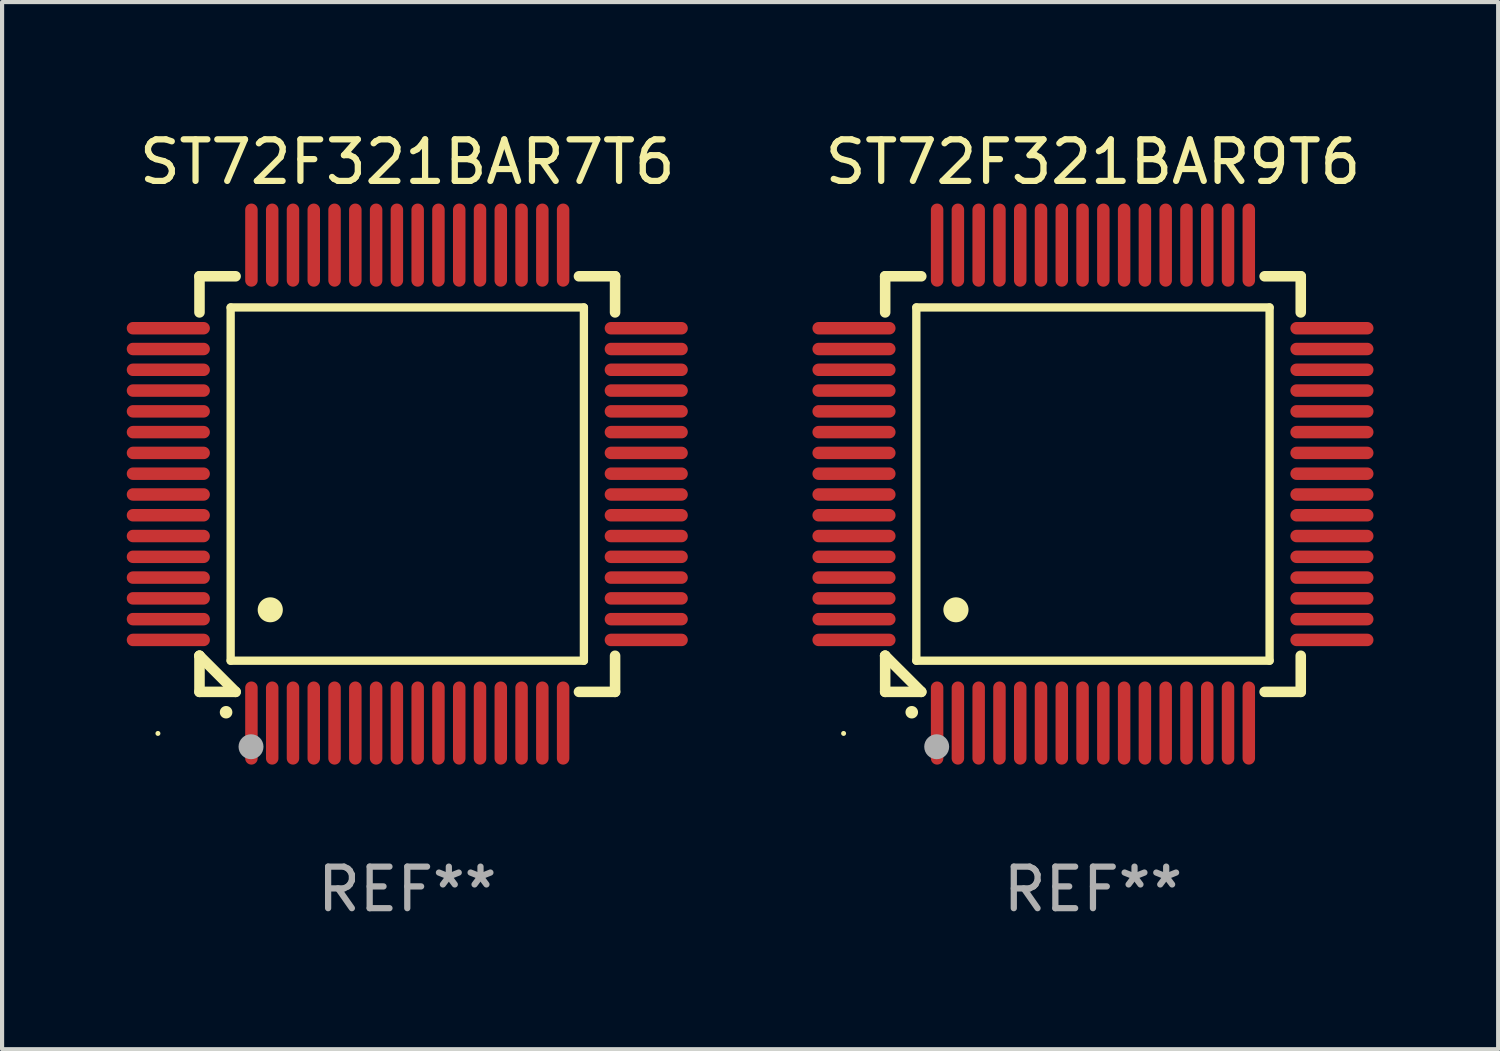
<source format=kicad_pcb>
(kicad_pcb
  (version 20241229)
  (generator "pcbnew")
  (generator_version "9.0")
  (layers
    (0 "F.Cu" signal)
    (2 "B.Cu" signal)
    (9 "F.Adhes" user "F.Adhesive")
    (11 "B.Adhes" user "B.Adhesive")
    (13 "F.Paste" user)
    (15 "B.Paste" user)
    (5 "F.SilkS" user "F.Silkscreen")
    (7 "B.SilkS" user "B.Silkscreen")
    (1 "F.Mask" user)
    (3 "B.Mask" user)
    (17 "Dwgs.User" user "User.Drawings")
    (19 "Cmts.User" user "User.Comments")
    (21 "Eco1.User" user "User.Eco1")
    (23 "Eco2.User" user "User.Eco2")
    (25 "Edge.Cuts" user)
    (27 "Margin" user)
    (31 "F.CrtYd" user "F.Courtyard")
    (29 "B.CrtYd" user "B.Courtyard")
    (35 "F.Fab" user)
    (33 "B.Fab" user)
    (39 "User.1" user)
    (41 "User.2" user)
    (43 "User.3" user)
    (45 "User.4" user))
  (footprint "ST72F321BAR9T6"
    (layer "F.Cu")
    (at 23.249 8.598)
    (property "Reference" "ST72F321BAR9T6" (at 0 -7.75 0) (layer "F.SilkS") (effects (font (size 1 1) (thickness 0.15))))
    (attr through_hole)
    (fp_line (start -5 -5) (end -4.131 -5) (stroke (width 0.254) (type solid)) (layer "F.SilkS"))
    (fp_line (start -5 -4.131) (end -5 -5) (stroke (width 0.254) (type solid)) (layer "F.SilkS"))
    (fp_line (start -5 4.131) (end -5 4.131) (stroke (width 0.254) (type solid)) (layer "F.SilkS"))
    (fp_line (start -5 5) (end -5 4.131) (stroke (width 0.254) (type solid)) (layer "F.SilkS"))
    (fp_line (start -5 4.131) (end -4.131 5) (stroke (width 0.254) (type solid)) (layer "F.SilkS"))
    (fp_line (start -4.25 -4.25) (end -4.25 4.25) (stroke (width 0.2) (type solid)) (layer "F.SilkS"))
    (fp_line (start -4.25 4.25) (end 4.25 4.25) (stroke (width 0.2) (type solid)) (layer "F.SilkS"))
    (fp_line (start -4.131 5) (end -5 5) (stroke (width 0.254) (type solid)) (layer "F.SilkS"))
    (fp_line (start 4.25 -4.25) (end -4.25 -4.25) (stroke (width 0.2) (type solid)) (layer "F.SilkS"))
    (fp_line (start 4.25 4.25) (end 4.25 -4.25) (stroke (width 0.2) (type solid)) (layer "F.SilkS"))
    (fp_line (start 5 -5) (end 4.131 -5) (stroke (width 0.254) (type solid)) (layer "F.SilkS"))
    (fp_line (start 5 -5) (end 5 -4.131) (stroke (width 0.254) (type solid)) (layer "F.SilkS"))
    (fp_line (start 5 4.131) (end 5 5) (stroke (width 0.254) (type solid)) (layer "F.SilkS"))
    (fp_line (start 5 5) (end 4.131 5) (stroke (width 0.254) (type solid)) (layer "F.SilkS"))
    (fp_arc (start -4.361265 5.489992) (mid -4.359995 5.489987) (end -4.358725 5.489992) (stroke (width 0.3) (type solid)) (layer "F.SilkS"))
    (fp_arc (start -3.299467 3.025146) (mid -3.296927 3.025135) (end -3.294387 3.025146) (stroke (width 0.6) (type solid)) (layer "F.SilkS"))
    (fp_circle (center -6 6) (end -5.97 6) (stroke (width 0.06) (type solid)) (fill no) (layer "F.SilkS"))
    (fp_circle (center -3.76 6.32) (end -3.61 6.32) (stroke (width 0.3) (type solid)) (fill no) (layer "F.Fab"))
    (fp_text user "REF**" (at 0 9.75 0) (layer "F.Fab") (effects (font (size 1 1) (thickness 0.15))))
    (pad "1" smd oval (at -3.75 5.75) (size 0.3 2) (layers "F.Cu" "F.Mask" "F.Paste"))
    (pad "2" smd oval (at -3.25 5.75) (size 0.3 2) (layers "F.Cu" "F.Mask" "F.Paste"))
    (pad "3" smd oval (at -2.75 5.75) (size 0.3 2) (layers "F.Cu" "F.Mask" "F.Paste"))
    (pad "4" smd oval (at -2.25 5.75) (size 0.3 2) (layers "F.Cu" "F.Mask" "F.Paste"))
    (pad "5" smd oval (at -1.75 5.75) (size 0.3 2) (layers "F.Cu" "F.Mask" "F.Paste"))
    (pad "6" smd oval (at -1.25 5.75) (size 0.3 2) (layers "F.Cu" "F.Mask" "F.Paste"))
    (pad "7" smd oval (at -0.75 5.75) (size 0.3 2) (layers "F.Cu" "F.Mask" "F.Paste"))
    (pad "8" smd oval (at -0.25 5.75) (size 0.3 2) (layers "F.Cu" "F.Mask" "F.Paste"))
    (pad "9" smd oval (at 0.25 5.75) (size 0.3 2) (layers "F.Cu" "F.Mask" "F.Paste"))
    (pad "10" smd oval (at 0.75 5.75) (size 0.3 2) (layers "F.Cu" "F.Mask" "F.Paste"))
    (pad "11" smd oval (at 1.25 5.75) (size 0.3 2) (layers "F.Cu" "F.Mask" "F.Paste"))
    (pad "12" smd oval (at 1.75 5.75) (size 0.3 2) (layers "F.Cu" "F.Mask" "F.Paste"))
    (pad "13" smd oval (at 2.25 5.75) (size 0.3 2) (layers "F.Cu" "F.Mask" "F.Paste"))
    (pad "14" smd oval (at 2.75 5.75) (size 0.3 2) (layers "F.Cu" "F.Mask" "F.Paste"))
    (pad "15" smd oval (at 3.25 5.75) (size 0.3 2) (layers "F.Cu" "F.Mask" "F.Paste"))
    (pad "16" smd oval (at 3.75 5.75) (size 0.3 2) (layers "F.Cu" "F.Mask" "F.Paste"))
    (pad "17" smd oval (at 5.75 3.75) (size 2 0.3) (layers "F.Cu" "F.Mask" "F.Paste"))
    (pad "18" smd oval (at 5.75 3.25) (size 2 0.3) (layers "F.Cu" "F.Mask" "F.Paste"))
    (pad "19" smd oval (at 5.75 2.75) (size 2 0.3) (layers "F.Cu" "F.Mask" "F.Paste"))
    (pad "20" smd oval (at 5.75 2.25) (size 2 0.3) (layers "F.Cu" "F.Mask" "F.Paste"))
    (pad "21" smd oval (at 5.75 1.75) (size 2 0.3) (layers "F.Cu" "F.Mask" "F.Paste"))
    (pad "22" smd oval (at 5.75 1.25) (size 2 0.3) (layers "F.Cu" "F.Mask" "F.Paste"))
    (pad "23" smd oval (at 5.75 0.75) (size 2 0.3) (layers "F.Cu" "F.Mask" "F.Paste"))
    (pad "24" smd oval (at 5.75 0.25) (size 2 0.3) (layers "F.Cu" "F.Mask" "F.Paste"))
    (pad "25" smd oval (at 5.75 -0.25) (size 2 0.3) (layers "F.Cu" "F.Mask" "F.Paste"))
    (pad "26" smd oval (at 5.75 -0.75) (size 2 0.3) (layers "F.Cu" "F.Mask" "F.Paste"))
    (pad "27" smd oval (at 5.75 -1.25) (size 2 0.3) (layers "F.Cu" "F.Mask" "F.Paste"))
    (pad "28" smd oval (at 5.75 -1.75) (size 2 0.3) (layers "F.Cu" "F.Mask" "F.Paste"))
    (pad "29" smd oval (at 5.75 -2.25) (size 2 0.3) (layers "F.Cu" "F.Mask" "F.Paste"))
    (pad "30" smd oval (at 5.75 -2.75) (size 2 0.3) (layers "F.Cu" "F.Mask" "F.Paste"))
    (pad "31" smd oval (at 5.75 -3.25) (size 2 0.3) (layers "F.Cu" "F.Mask" "F.Paste"))
    (pad "32" smd oval (at 5.75 -3.75) (size 2 0.3) (layers "F.Cu" "F.Mask" "F.Paste"))
    (pad "33" smd oval (at 3.75 -5.75) (size 0.3 2) (layers "F.Cu" "F.Mask" "F.Paste"))
    (pad "34" smd oval (at 3.25 -5.75) (size 0.3 2) (layers "F.Cu" "F.Mask" "F.Paste"))
    (pad "35" smd oval (at 2.75 -5.75) (size 0.3 2) (layers "F.Cu" "F.Mask" "F.Paste"))
    (pad "36" smd oval (at 2.25 -5.75) (size 0.3 2) (layers "F.Cu" "F.Mask" "F.Paste"))
    (pad "37" smd oval (at 1.75 -5.75) (size 0.3 2) (layers "F.Cu" "F.Mask" "F.Paste"))
    (pad "38" smd oval (at 1.25 -5.75) (size 0.3 2) (layers "F.Cu" "F.Mask" "F.Paste"))
    (pad "39" smd oval (at 0.75 -5.75) (size 0.3 2) (layers "F.Cu" "F.Mask" "F.Paste"))
    (pad "40" smd oval (at 0.25 -5.75) (size 0.3 2) (layers "F.Cu" "F.Mask" "F.Paste"))
    (pad "41" smd oval (at -0.25 -5.75) (size 0.3 2) (layers "F.Cu" "F.Mask" "F.Paste"))
    (pad "42" smd oval (at -0.75 -5.75) (size 0.3 2) (layers "F.Cu" "F.Mask" "F.Paste"))
    (pad "43" smd oval (at -1.25 -5.75) (size 0.3 2) (layers "F.Cu" "F.Mask" "F.Paste"))
    (pad "44" smd oval (at -1.75 -5.75) (size 0.3 2) (layers "F.Cu" "F.Mask" "F.Paste"))
    (pad "45" smd oval (at -2.25 -5.75) (size 0.3 2) (layers "F.Cu" "F.Mask" "F.Paste"))
    (pad "46" smd oval (at -2.75 -5.75) (size 0.3 2) (layers "F.Cu" "F.Mask" "F.Paste"))
    (pad "47" smd oval (at -3.25 -5.75) (size 0.3 2) (layers "F.Cu" "F.Mask" "F.Paste"))
    (pad "48" smd oval (at -3.75 -5.75) (size 0.3 2) (layers "F.Cu" "F.Mask" "F.Paste"))
    (pad "49" smd oval (at -5.75 -3.75) (size 2 0.3) (layers "F.Cu" "F.Mask" "F.Paste"))
    (pad "50" smd oval (at -5.75 -3.25) (size 2 0.3) (layers "F.Cu" "F.Mask" "F.Paste"))
    (pad "51" smd oval (at -5.75 -2.75) (size 2 0.3) (layers "F.Cu" "F.Mask" "F.Paste"))
    (pad "52" smd oval (at -5.75 -2.25) (size 2 0.3) (layers "F.Cu" "F.Mask" "F.Paste"))
    (pad "53" smd oval (at -5.75 -1.75) (size 2 0.3) (layers "F.Cu" "F.Mask" "F.Paste"))
    (pad "54" smd oval (at -5.75 -1.25) (size 2 0.3) (layers "F.Cu" "F.Mask" "F.Paste"))
    (pad "55" smd oval (at -5.75 -0.75) (size 2 0.3) (layers "F.Cu" "F.Mask" "F.Paste"))
    (pad "56" smd oval (at -5.75 -0.25) (size 2 0.3) (layers "F.Cu" "F.Mask" "F.Paste"))
    (pad "57" smd oval (at -5.75 0.25) (size 2 0.3) (layers "F.Cu" "F.Mask" "F.Paste"))
    (pad "58" smd oval (at -5.75 0.75) (size 2 0.3) (layers "F.Cu" "F.Mask" "F.Paste"))
    (pad "59" smd oval (at -5.75 1.25) (size 2 0.3) (layers "F.Cu" "F.Mask" "F.Paste"))
    (pad "60" smd oval (at -5.75 1.75) (size 2 0.3) (layers "F.Cu" "F.Mask" "F.Paste"))
    (pad "61" smd oval (at -5.75 2.25) (size 2 0.3) (layers "F.Cu" "F.Mask" "F.Paste"))
    (pad "62" smd oval (at -5.75 2.75) (size 2 0.3) (layers "F.Cu" "F.Mask" "F.Paste"))
    (pad "63" smd oval (at -5.75 3.25) (size 2 0.3) (layers "F.Cu" "F.Mask" "F.Paste"))
    (pad "64" smd oval (at -5.75 3.75) (size 2 0.3) (layers "F.Cu" "F.Mask" "F.Paste")))
  (footprint "ST72F321BAR7T6"
    (layer "F.Cu")
    (at 6.75 8.598)
    (property "Reference" "ST72F321BAR7T6" (at 0 -7.75 0) (layer "F.SilkS") (effects (font (size 1 1) (thickness 0.15))))
    (attr through_hole)
    (fp_line (start -5 -5) (end -4.131 -5) (stroke (width 0.254) (type solid)) (layer "F.SilkS"))
    (fp_line (start -5 -4.131) (end -5 -5) (stroke (width 0.254) (type solid)) (layer "F.SilkS"))
    (fp_line (start -5 4.131) (end -5 4.131) (stroke (width 0.254) (type solid)) (layer "F.SilkS"))
    (fp_line (start -5 5) (end -5 4.131) (stroke (width 0.254) (type solid)) (layer "F.SilkS"))
    (fp_line (start -5 4.131) (end -4.131 5) (stroke (width 0.254) (type solid)) (layer "F.SilkS"))
    (fp_line (start -4.25 -4.25) (end -4.25 4.25) (stroke (width 0.2) (type solid)) (layer "F.SilkS"))
    (fp_line (start -4.25 4.25) (end 4.25 4.25) (stroke (width 0.2) (type solid)) (layer "F.SilkS"))
    (fp_line (start -4.131 5) (end -5 5) (stroke (width 0.254) (type solid)) (layer "F.SilkS"))
    (fp_line (start 4.25 -4.25) (end -4.25 -4.25) (stroke (width 0.2) (type solid)) (layer "F.SilkS"))
    (fp_line (start 4.25 4.25) (end 4.25 -4.25) (stroke (width 0.2) (type solid)) (layer "F.SilkS"))
    (fp_line (start 5 -5) (end 4.131 -5) (stroke (width 0.254) (type solid)) (layer "F.SilkS"))
    (fp_line (start 5 -5) (end 5 -4.131) (stroke (width 0.254) (type solid)) (layer "F.SilkS"))
    (fp_line (start 5 4.131) (end 5 5) (stroke (width 0.254) (type solid)) (layer "F.SilkS"))
    (fp_line (start 5 5) (end 4.131 5) (stroke (width 0.254) (type solid)) (layer "F.SilkS"))
    (fp_arc (start -4.361265 5.489992) (mid -4.359995 5.489987) (end -4.358725 5.489992) (stroke (width 0.3) (type solid)) (layer "F.SilkS"))
    (fp_arc (start -3.299467 3.025146) (mid -3.296927 3.025135) (end -3.294387 3.025146) (stroke (width 0.6) (type solid)) (layer "F.SilkS"))
    (fp_circle (center -6 6) (end -5.97 6) (stroke (width 0.06) (type solid)) (fill no) (layer "F.SilkS"))
    (fp_circle (center -3.76 6.32) (end -3.61 6.32) (stroke (width 0.3) (type solid)) (fill no) (layer "F.Fab"))
    (fp_text user "REF**" (at 0 9.75 0) (layer "F.Fab") (effects (font (size 1 1) (thickness 0.15))))
    (pad "1" smd oval (at -3.75 5.75) (size 0.3 2) (layers "F.Cu" "F.Mask" "F.Paste"))
    (pad "2" smd oval (at -3.25 5.75) (size 0.3 2) (layers "F.Cu" "F.Mask" "F.Paste"))
    (pad "3" smd oval (at -2.75 5.75) (size 0.3 2) (layers "F.Cu" "F.Mask" "F.Paste"))
    (pad "4" smd oval (at -2.25 5.75) (size 0.3 2) (layers "F.Cu" "F.Mask" "F.Paste"))
    (pad "5" smd oval (at -1.75 5.75) (size 0.3 2) (layers "F.Cu" "F.Mask" "F.Paste"))
    (pad "6" smd oval (at -1.25 5.75) (size 0.3 2) (layers "F.Cu" "F.Mask" "F.Paste"))
    (pad "7" smd oval (at -0.75 5.75) (size 0.3 2) (layers "F.Cu" "F.Mask" "F.Paste"))
    (pad "8" smd oval (at -0.25 5.75) (size 0.3 2) (layers "F.Cu" "F.Mask" "F.Paste"))
    (pad "9" smd oval (at 0.25 5.75) (size 0.3 2) (layers "F.Cu" "F.Mask" "F.Paste"))
    (pad "10" smd oval (at 0.75 5.75) (size 0.3 2) (layers "F.Cu" "F.Mask" "F.Paste"))
    (pad "11" smd oval (at 1.25 5.75) (size 0.3 2) (layers "F.Cu" "F.Mask" "F.Paste"))
    (pad "12" smd oval (at 1.75 5.75) (size 0.3 2) (layers "F.Cu" "F.Mask" "F.Paste"))
    (pad "13" smd oval (at 2.25 5.75) (size 0.3 2) (layers "F.Cu" "F.Mask" "F.Paste"))
    (pad "14" smd oval (at 2.75 5.75) (size 0.3 2) (layers "F.Cu" "F.Mask" "F.Paste"))
    (pad "15" smd oval (at 3.25 5.75) (size 0.3 2) (layers "F.Cu" "F.Mask" "F.Paste"))
    (pad "16" smd oval (at 3.75 5.75) (size 0.3 2) (layers "F.Cu" "F.Mask" "F.Paste"))
    (pad "17" smd oval (at 5.75 3.75) (size 2 0.3) (layers "F.Cu" "F.Mask" "F.Paste"))
    (pad "18" smd oval (at 5.75 3.25) (size 2 0.3) (layers "F.Cu" "F.Mask" "F.Paste"))
    (pad "19" smd oval (at 5.75 2.75) (size 2 0.3) (layers "F.Cu" "F.Mask" "F.Paste"))
    (pad "20" smd oval (at 5.75 2.25) (size 2 0.3) (layers "F.Cu" "F.Mask" "F.Paste"))
    (pad "21" smd oval (at 5.75 1.75) (size 2 0.3) (layers "F.Cu" "F.Mask" "F.Paste"))
    (pad "22" smd oval (at 5.75 1.25) (size 2 0.3) (layers "F.Cu" "F.Mask" "F.Paste"))
    (pad "23" smd oval (at 5.75 0.75) (size 2 0.3) (layers "F.Cu" "F.Mask" "F.Paste"))
    (pad "24" smd oval (at 5.75 0.25) (size 2 0.3) (layers "F.Cu" "F.Mask" "F.Paste"))
    (pad "25" smd oval (at 5.75 -0.25) (size 2 0.3) (layers "F.Cu" "F.Mask" "F.Paste"))
    (pad "26" smd oval (at 5.75 -0.75) (size 2 0.3) (layers "F.Cu" "F.Mask" "F.Paste"))
    (pad "27" smd oval (at 5.75 -1.25) (size 2 0.3) (layers "F.Cu" "F.Mask" "F.Paste"))
    (pad "28" smd oval (at 5.75 -1.75) (size 2 0.3) (layers "F.Cu" "F.Mask" "F.Paste"))
    (pad "29" smd oval (at 5.75 -2.25) (size 2 0.3) (layers "F.Cu" "F.Mask" "F.Paste"))
    (pad "30" smd oval (at 5.75 -2.75) (size 2 0.3) (layers "F.Cu" "F.Mask" "F.Paste"))
    (pad "31" smd oval (at 5.75 -3.25) (size 2 0.3) (layers "F.Cu" "F.Mask" "F.Paste"))
    (pad "32" smd oval (at 5.75 -3.75) (size 2 0.3) (layers "F.Cu" "F.Mask" "F.Paste"))
    (pad "33" smd oval (at 3.75 -5.75) (size 0.3 2) (layers "F.Cu" "F.Mask" "F.Paste"))
    (pad "34" smd oval (at 3.25 -5.75) (size 0.3 2) (layers "F.Cu" "F.Mask" "F.Paste"))
    (pad "35" smd oval (at 2.75 -5.75) (size 0.3 2) (layers "F.Cu" "F.Mask" "F.Paste"))
    (pad "36" smd oval (at 2.25 -5.75) (size 0.3 2) (layers "F.Cu" "F.Mask" "F.Paste"))
    (pad "37" smd oval (at 1.75 -5.75) (size 0.3 2) (layers "F.Cu" "F.Mask" "F.Paste"))
    (pad "38" smd oval (at 1.25 -5.75) (size 0.3 2) (layers "F.Cu" "F.Mask" "F.Paste"))
    (pad "39" smd oval (at 0.75 -5.75) (size 0.3 2) (layers "F.Cu" "F.Mask" "F.Paste"))
    (pad "40" smd oval (at 0.25 -5.75) (size 0.3 2) (layers "F.Cu" "F.Mask" "F.Paste"))
    (pad "41" smd oval (at -0.25 -5.75) (size 0.3 2) (layers "F.Cu" "F.Mask" "F.Paste"))
    (pad "42" smd oval (at -0.75 -5.75) (size 0.3 2) (layers "F.Cu" "F.Mask" "F.Paste"))
    (pad "43" smd oval (at -1.25 -5.75) (size 0.3 2) (layers "F.Cu" "F.Mask" "F.Paste"))
    (pad "44" smd oval (at -1.75 -5.75) (size 0.3 2) (layers "F.Cu" "F.Mask" "F.Paste"))
    (pad "45" smd oval (at -2.25 -5.75) (size 0.3 2) (layers "F.Cu" "F.Mask" "F.Paste"))
    (pad "46" smd oval (at -2.75 -5.75) (size 0.3 2) (layers "F.Cu" "F.Mask" "F.Paste"))
    (pad "47" smd oval (at -3.25 -5.75) (size 0.3 2) (layers "F.Cu" "F.Mask" "F.Paste"))
    (pad "48" smd oval (at -3.75 -5.75) (size 0.3 2) (layers "F.Cu" "F.Mask" "F.Paste"))
    (pad "49" smd oval (at -5.75 -3.75) (size 2 0.3) (layers "F.Cu" "F.Mask" "F.Paste"))
    (pad "50" smd oval (at -5.75 -3.25) (size 2 0.3) (layers "F.Cu" "F.Mask" "F.Paste"))
    (pad "51" smd oval (at -5.75 -2.75) (size 2 0.3) (layers "F.Cu" "F.Mask" "F.Paste"))
    (pad "52" smd oval (at -5.75 -2.25) (size 2 0.3) (layers "F.Cu" "F.Mask" "F.Paste"))
    (pad "53" smd oval (at -5.75 -1.75) (size 2 0.3) (layers "F.Cu" "F.Mask" "F.Paste"))
    (pad "54" smd oval (at -5.75 -1.25) (size 2 0.3) (layers "F.Cu" "F.Mask" "F.Paste"))
    (pad "55" smd oval (at -5.75 -0.75) (size 2 0.3) (layers "F.Cu" "F.Mask" "F.Paste"))
    (pad "56" smd oval (at -5.75 -0.25) (size 2 0.3) (layers "F.Cu" "F.Mask" "F.Paste"))
    (pad "57" smd oval (at -5.75 0.25) (size 2 0.3) (layers "F.Cu" "F.Mask" "F.Paste"))
    (pad "58" smd oval (at -5.75 0.75) (size 2 0.3) (layers "F.Cu" "F.Mask" "F.Paste"))
    (pad "59" smd oval (at -5.75 1.25) (size 2 0.3) (layers "F.Cu" "F.Mask" "F.Paste"))
    (pad "60" smd oval (at -5.75 1.75) (size 2 0.3) (layers "F.Cu" "F.Mask" "F.Paste"))
    (pad "61" smd oval (at -5.75 2.25) (size 2 0.3) (layers "F.Cu" "F.Mask" "F.Paste"))
    (pad "62" smd oval (at -5.75 2.75) (size 2 0.3) (layers "F.Cu" "F.Mask" "F.Paste"))
    (pad "63" smd oval (at -5.75 3.25) (size 2 0.3) (layers "F.Cu" "F.Mask" "F.Paste"))
    (pad "64" smd oval (at -5.75 3.75) (size 2 0.3) (layers "F.Cu" "F.Mask" "F.Paste")))
  (gr_rect
    (start -3 -3)
    (end 32.999 22.196)
    (stroke (width 0.1) (type default))
    (fill no)
    (layer "Edge.Cuts")))
</source>
